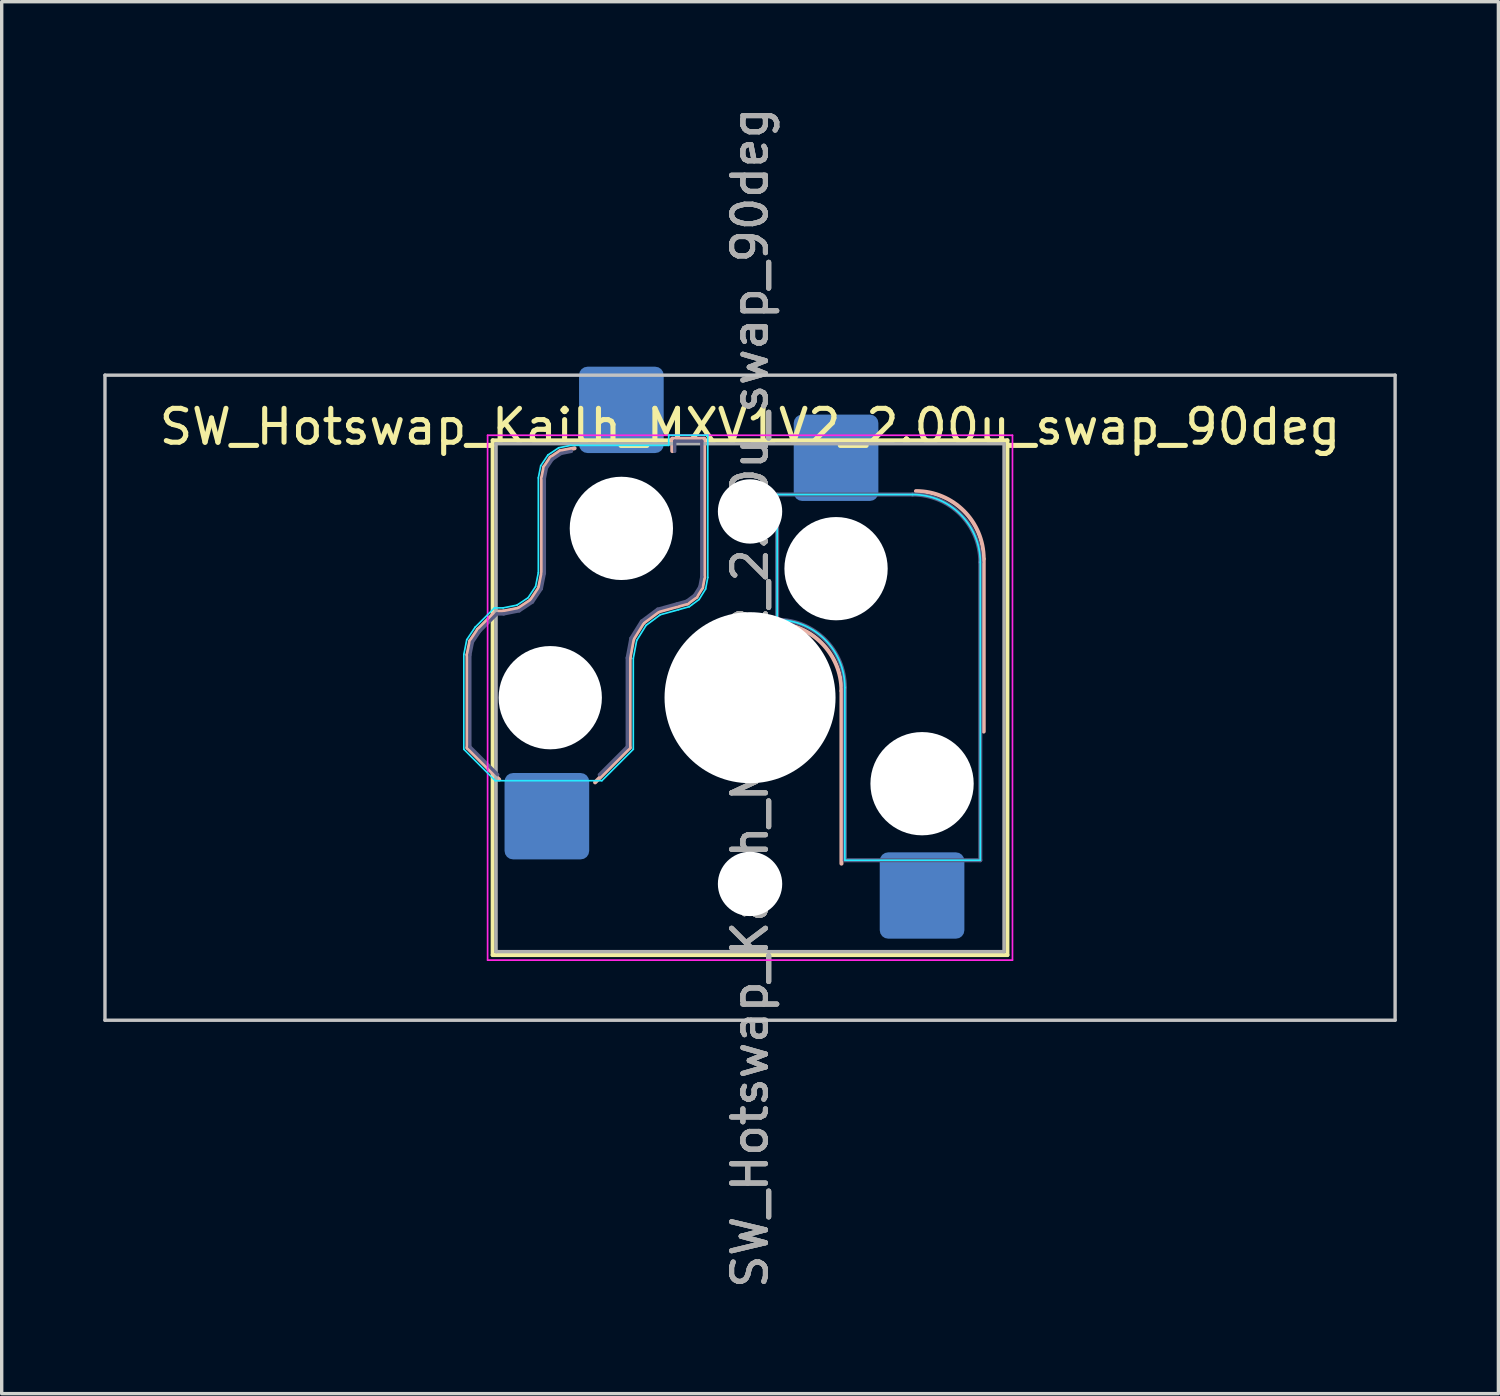
<source format=kicad_pcb>
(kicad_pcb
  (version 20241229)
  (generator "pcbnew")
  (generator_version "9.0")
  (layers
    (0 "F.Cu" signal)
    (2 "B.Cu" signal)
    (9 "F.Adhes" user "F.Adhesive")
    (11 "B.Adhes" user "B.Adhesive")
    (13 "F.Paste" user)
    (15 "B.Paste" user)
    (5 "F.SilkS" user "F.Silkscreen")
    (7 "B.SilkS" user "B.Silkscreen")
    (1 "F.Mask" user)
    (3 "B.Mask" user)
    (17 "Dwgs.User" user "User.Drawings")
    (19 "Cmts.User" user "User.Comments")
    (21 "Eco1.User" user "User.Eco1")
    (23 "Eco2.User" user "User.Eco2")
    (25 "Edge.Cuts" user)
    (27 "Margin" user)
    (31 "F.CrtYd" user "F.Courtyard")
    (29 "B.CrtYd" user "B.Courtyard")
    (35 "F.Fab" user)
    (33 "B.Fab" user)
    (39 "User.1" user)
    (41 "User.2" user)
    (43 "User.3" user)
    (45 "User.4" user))
  (footprint "SW_Hotswap_Kailh_MXV1V2_2.00u_swap_90deg"
    (layer "F.Cu")
    (at 19.1 17.554)
    (property "Reference" "SW_Hotswap_Kailh_MXV1V2_2.00u_swap_90deg" (at 0 -8 0) (layer "F.SilkS") (effects (font (size 1 1) (thickness 0.15))))
    (attr smd)
    (fp_line (start -7.6 -7.6) (end -7.6 7.6) (stroke (width 0.12) (type solid)) (layer "F.SilkS"))
    (fp_line (start -7.6 7.6) (end 7.6 7.6) (stroke (width 0.12) (type solid)) (layer "F.SilkS"))
    (fp_line (start 7.6 -7.6) (end -7.6 -7.6) (stroke (width 0.12) (type solid)) (layer "F.SilkS"))
    (fp_line (start 7.6 7.6) (end 7.6 -7.6) (stroke (width 0.12) (type solid)) (layer "F.SilkS"))
    (fp_line (start -8.346 -1.268) (end -8.266 -1.671) (stroke (width 0.12) (type solid)) (layer "B.SilkS"))
    (fp_line (start -8.346 1.479) (end -8.346 -1.268) (stroke (width 0.12) (type solid)) (layer "B.SilkS"))
    (fp_line (start -8.266 -1.671) (end -8.037 -2.013) (stroke (width 0.12) (type solid)) (layer "B.SilkS"))
    (fp_line (start -8.037 -2.013) (end -7.504 -2.546) (stroke (width 0.12) (type solid)) (layer "B.SilkS"))
    (fp_line (start -7.504 -2.546) (end -7.282 -2.546) (stroke (width 0.12) (type solid)) (layer "B.SilkS"))
    (fp_line (start -7.409 2.416) (end -8.346 1.479) (stroke (width 0.12) (type solid)) (layer "B.SilkS"))
    (fp_line (start -7.282 -2.546) (end -6.844 -2.633) (stroke (width 0.12) (type solid)) (layer "B.SilkS"))
    (fp_line (start -6.844 -2.633) (end -6.477 -2.877) (stroke (width 0.12) (type solid)) (layer "B.SilkS"))
    (fp_line (start -6.477 -2.877) (end -6.233 -3.244) (stroke (width 0.12) (type solid)) (layer "B.SilkS"))
    (fp_line (start -6.233 -3.244) (end -6.146 -3.682) (stroke (width 0.12) (type solid)) (layer "B.SilkS"))
    (fp_line (start -6.146 -6.482) (end -6.081 -6.809) (stroke (width 0.12) (type solid)) (layer "B.SilkS"))
    (fp_line (start -6.146 -3.682) (end -6.146 -6.482) (stroke (width 0.12) (type solid)) (layer "B.SilkS"))
    (fp_line (start -6.081 -6.809) (end -5.892 -7.092) (stroke (width 0.12) (type solid)) (layer "B.SilkS"))
    (fp_line (start -5.892 -7.092) (end -5.609 -7.281) (stroke (width 0.12) (type solid)) (layer "B.SilkS"))
    (fp_line (start -5.609 -7.281) (end -5.182 -7.366) (stroke (width 0.12) (type solid)) (layer "B.SilkS"))
    (fp_line (start -3.554 -1.168) (end -3.554 1.479) (stroke (width 0.12) (type solid)) (layer "B.SilkS"))
    (fp_line (start -3.554 1.479) (end -4.575 2.5) (stroke (width 0.12) (type solid)) (layer "B.SilkS"))
    (fp_line (start -3.449 -1.73) (end -3.554 -1.168) (stroke (width 0.12) (type solid)) (layer "B.SilkS"))
    (fp_line (start -3.15 -2.209) (end -3.449 -1.73) (stroke (width 0.12) (type solid)) (layer "B.SilkS"))
    (fp_line (start -2.697 -2.547) (end -3.15 -2.209) (stroke (width 0.12) (type solid)) (layer "B.SilkS"))
    (fp_line (start -2.296 -7.646) (end -1.354 -7.646) (stroke (width 0.12) (type solid)) (layer "B.SilkS"))
    (fp_line (start -2.296 -7.283) (end -2.296 -7.646) (stroke (width 0.12) (type solid)) (layer "B.SilkS"))
    (fp_line (start -2.139 -2.701) (end -2.697 -2.547) (stroke (width 0.12) (type solid)) (layer "B.SilkS"))
    (fp_line (start -1.841 -2.783) (end -2.139 -2.701) (stroke (width 0.12) (type solid)) (layer "B.SilkS"))
    (fp_line (start -1.583 -2.976) (end -1.841 -2.783) (stroke (width 0.12) (type solid)) (layer "B.SilkS"))
    (fp_line (start -1.413 -3.25) (end -1.583 -2.976) (stroke (width 0.12) (type solid)) (layer "B.SilkS"))
    (fp_line (start -1.354 -7.646) (end -1.354 -3.56) (stroke (width 0.12) (type solid)) (layer "B.SilkS"))
    (fp_line (start -1.354 -3.56) (end -1.413 -3.25) (stroke (width 0.12) (type solid)) (layer "B.SilkS"))
    (fp_line (start 2.7 -0.2) (end 2.7 4.9) (stroke (width 0.12) (type solid)) (layer "B.SilkS"))
    (fp_line (start 6.9 -4.1) (end 6.9 1) (stroke (width 0.12) (type solid)) (layer "B.SilkS"))
    (fp_arc (start 0.7 -2.2) (mid 2.114214 -1.614214) (end 2.7 -0.2) (stroke (width 0.12) (type solid)) (layer "B.SilkS"))
    (fp_arc (start 4.9 -6.1) (mid 6.314214 -5.514214) (end 6.9 -4.1) (stroke (width 0.12) (type solid)) (layer "B.SilkS"))
    (fp_line (start -19.05 -9.525) (end -19.05 9.525) (stroke (width 0.1) (type solid)) (layer "Dwgs.User"))
    (fp_line (start -19.05 9.525) (end 19.05 9.525) (stroke (width 0.1) (type solid)) (layer "Dwgs.User"))
    (fp_line (start 19.05 -9.525) (end -19.05 -9.525) (stroke (width 0.1) (type solid)) (layer "Dwgs.User"))
    (fp_line (start 19.05 9.525) (end 19.05 -9.525) (stroke (width 0.1) (type solid)) (layer "Dwgs.User"))
    (fp_line (start -8.452 -1.278) (end -8.366 -1.712) (stroke (width 0.05) (type solid)) (layer "B.CrtYd"))
    (fp_line (start -8.452 1.523) (end -8.452 -1.278) (stroke (width 0.05) (type solid)) (layer "B.CrtYd"))
    (fp_line (start -8.366 -1.712) (end -8.119 -2.081) (stroke (width 0.05) (type solid)) (layer "B.CrtYd"))
    (fp_line (start -8.119 -2.081) (end -7.548 -2.652) (stroke (width 0.05) (type solid)) (layer "B.CrtYd"))
    (fp_line (start -7.548 -2.652) (end -7.292 -2.652) (stroke (width 0.05) (type solid)) (layer "B.CrtYd"))
    (fp_line (start -7.523 2.452) (end -8.452 1.523) (stroke (width 0.05) (type solid)) (layer "B.CrtYd"))
    (fp_line (start -7.292 -2.652) (end -6.885 -2.733) (stroke (width 0.05) (type solid)) (layer "B.CrtYd"))
    (fp_line (start -6.885 -2.733) (end -6.553 -2.953) (stroke (width 0.05) (type solid)) (layer "B.CrtYd"))
    (fp_line (start -6.553 -2.953) (end -6.333 -3.285) (stroke (width 0.05) (type solid)) (layer "B.CrtYd"))
    (fp_line (start -6.333 -3.285) (end -6.252 -3.692) (stroke (width 0.05) (type solid)) (layer "B.CrtYd"))
    (fp_line (start -6.252 -6.492) (end -6.181 -6.85) (stroke (width 0.05) (type solid)) (layer "B.CrtYd"))
    (fp_line (start -6.252 -3.692) (end -6.252 -6.492) (stroke (width 0.05) (type solid)) (layer "B.CrtYd"))
    (fp_line (start -6.181 -6.85) (end -5.968 -7.168) (stroke (width 0.05) (type solid)) (layer "B.CrtYd"))
    (fp_line (start -5.968 -7.168) (end -5.65 -7.381) (stroke (width 0.05) (type solid)) (layer "B.CrtYd"))
    (fp_line (start -5.65 -7.381) (end -5.292 -7.452) (stroke (width 0.05) (type solid)) (layer "B.CrtYd"))
    (fp_line (start -5.292 -7.452) (end -2.402 -7.452) (stroke (width 0.05) (type solid)) (layer "B.CrtYd"))
    (fp_line (start -4.377 2.452) (end -7.523 2.452) (stroke (width 0.05) (type solid)) (layer "B.CrtYd"))
    (fp_line (start -3.448 -1.159) (end -3.448 1.523) (stroke (width 0.05) (type solid)) (layer "B.CrtYd"))
    (fp_line (start -3.448 1.523) (end -4.377 2.452) (stroke (width 0.05) (type solid)) (layer "B.CrtYd"))
    (fp_line (start -3.348 -1.691) (end -3.448 -1.159) (stroke (width 0.05) (type solid)) (layer "B.CrtYd"))
    (fp_line (start -3.071 -2.136) (end -3.348 -1.691) (stroke (width 0.05) (type solid)) (layer "B.CrtYd"))
    (fp_line (start -2.65 -2.45) (end -3.071 -2.136) (stroke (width 0.05) (type solid)) (layer "B.CrtYd"))
    (fp_line (start -2.402 -7.752) (end -1.248 -7.752) (stroke (width 0.05) (type solid)) (layer "B.CrtYd"))
    (fp_line (start -2.402 -7.452) (end -2.402 -7.752) (stroke (width 0.05) (type solid)) (layer "B.CrtYd"))
    (fp_line (start -2.111 -2.599) (end -2.65 -2.45) (stroke (width 0.05) (type solid)) (layer "B.CrtYd"))
    (fp_line (start -1.794 -2.687) (end -2.111 -2.599) (stroke (width 0.05) (type solid)) (layer "B.CrtYd"))
    (fp_line (start -1.503 -2.903) (end -1.794 -2.687) (stroke (width 0.05) (type solid)) (layer "B.CrtYd"))
    (fp_line (start -1.312 -3.211) (end -1.503 -2.903) (stroke (width 0.05) (type solid)) (layer "B.CrtYd"))
    (fp_line (start -1.248 -7.752) (end -1.248 -3.55) (stroke (width 0.05) (type solid)) (layer "B.CrtYd"))
    (fp_line (start -1.248 -3.55) (end -1.312 -3.211) (stroke (width 0.05) (type solid)) (layer "B.CrtYd"))
    (fp_line (start 0.8 -6) (end 0.8 -2.3) (stroke (width 0.05) (type solid)) (layer "B.CrtYd"))
    (fp_line (start 0.8 -6) (end 4.8 -6) (stroke (width 0.05) (type solid)) (layer "B.CrtYd"))
    (fp_line (start 2.8 -0.3) (end 2.8 4.8) (stroke (width 0.05) (type solid)) (layer "B.CrtYd"))
    (fp_line (start 6.8 -4) (end 6.8 4.8) (stroke (width 0.05) (type solid)) (layer "B.CrtYd"))
    (fp_line (start 6.8 4.8) (end 2.8 4.8) (stroke (width 0.05) (type solid)) (layer "B.CrtYd"))
    (fp_arc (start 0.8 -2.3) (mid 2.214214 -1.714214) (end 2.8 -0.3) (stroke (width 0.05) (type solid)) (layer "B.CrtYd"))
    (fp_arc (start 4.8 -6) (mid 6.214214 -5.414214) (end 6.8 -4) (stroke (width 0.05) (type solid)) (layer "B.CrtYd"))
    (fp_line (start -7.75 -7.75) (end -7.75 7.75) (stroke (width 0.05) (type solid)) (layer "F.CrtYd"))
    (fp_line (start -7.75 7.75) (end 7.75 7.75) (stroke (width 0.05) (type solid)) (layer "F.CrtYd"))
    (fp_line (start 7.75 -7.75) (end -7.75 -7.75) (stroke (width 0.05) (type solid)) (layer "F.CrtYd"))
    (fp_line (start 7.75 7.75) (end 7.75 -7.75) (stroke (width 0.05) (type solid)) (layer "F.CrtYd"))
    (fp_line (start -8.275 -1.261) (end -8.199 -1.643) (stroke (width 0.1) (type solid)) (layer "B.Fab"))
    (fp_line (start -8.275 1.45) (end -8.275 -1.261) (stroke (width 0.1) (type solid)) (layer "B.Fab"))
    (fp_line (start -8.199 -1.643) (end -7.982 -1.968) (stroke (width 0.1) (type solid)) (layer "B.Fab"))
    (fp_line (start -7.982 -1.968) (end -7.475 -2.475) (stroke (width 0.1) (type solid)) (layer "B.Fab"))
    (fp_line (start -7.475 -2.475) (end -7.275 -2.475) (stroke (width 0.1) (type solid)) (layer "B.Fab"))
    (fp_line (start -7.45 2.275) (end -8.275 1.45) (stroke (width 0.1) (type solid)) (layer "B.Fab"))
    (fp_line (start -7.275 -2.475) (end -6.816 -2.566) (stroke (width 0.1) (type solid)) (layer "B.Fab"))
    (fp_line (start -6.816 -2.566) (end -6.426 -2.826) (stroke (width 0.1) (type solid)) (layer "B.Fab"))
    (fp_line (start -6.426 -2.826) (end -6.166 -3.216) (stroke (width 0.1) (type solid)) (layer "B.Fab"))
    (fp_line (start -6.166 -3.216) (end -6.075 -3.675) (stroke (width 0.1) (type solid)) (layer "B.Fab"))
    (fp_line (start -6.075 -6.475) (end -6.014 -6.781) (stroke (width 0.1) (type solid)) (layer "B.Fab"))
    (fp_line (start -6.075 -3.675) (end -6.075 -6.475) (stroke (width 0.1) (type solid)) (layer "B.Fab"))
    (fp_line (start -6.014 -6.781) (end -5.841 -7.041) (stroke (width 0.1) (type solid)) (layer "B.Fab"))
    (fp_line (start -5.841 -7.041) (end -5.581 -7.214) (stroke (width 0.1) (type solid)) (layer "B.Fab"))
    (fp_line (start -5.581 -7.214) (end -5.275 -7.275) (stroke (width 0.1) (type solid)) (layer "B.Fab"))
    (fp_line (start -3.625 -1.175) (end -3.625 1.45) (stroke (width 0.1) (type solid)) (layer "B.Fab"))
    (fp_line (start -3.625 1.45) (end -4.45 2.275) (stroke (width 0.1) (type solid)) (layer "B.Fab"))
    (fp_line (start -3.516 -1.756) (end -3.625 -1.175) (stroke (width 0.1) (type solid)) (layer "B.Fab"))
    (fp_line (start -3.203 -2.258) (end -3.516 -1.756) (stroke (width 0.1) (type solid)) (layer "B.Fab"))
    (fp_line (start -2.729 -2.612) (end -3.203 -2.258) (stroke (width 0.1) (type solid)) (layer "B.Fab"))
    (fp_line (start -2.225 -7.575) (end -1.425 -7.575) (stroke (width 0.1) (type solid)) (layer "B.Fab"))
    (fp_line (start -2.225 -7.275) (end -2.225 -7.575) (stroke (width 0.1) (type solid)) (layer "B.Fab"))
    (fp_line (start -2.158 -2.769) (end -2.729 -2.612) (stroke (width 0.1) (type solid)) (layer "B.Fab"))
    (fp_line (start -1.873 -2.848) (end -2.158 -2.769) (stroke (width 0.1) (type solid)) (layer "B.Fab"))
    (fp_line (start -1.636 -3.025) (end -1.873 -2.848) (stroke (width 0.1) (type solid)) (layer "B.Fab"))
    (fp_line (start -1.48 -3.276) (end -1.636 -3.025) (stroke (width 0.1) (type solid)) (layer "B.Fab"))
    (fp_line (start -1.425 -7.575) (end -1.425 -3.567) (stroke (width 0.1) (type solid)) (layer "B.Fab"))
    (fp_line (start -1.425 -3.567) (end -1.48 -3.276) (stroke (width 0.1) (type solid)) (layer "B.Fab"))
    (fp_line (start 0.8 -6) (end 0.8 -2.3) (stroke (width 0.12) (type solid)) (layer "B.Fab"))
    (fp_line (start 0.8 -6) (end 4.8 -6) (stroke (width 0.12) (type solid)) (layer "B.Fab"))
    (fp_line (start 2.8 -0.3) (end 2.8 4.8) (stroke (width 0.12) (type solid)) (layer "B.Fab"))
    (fp_line (start 6.8 -4) (end 6.8 4.8) (stroke (width 0.12) (type solid)) (layer "B.Fab"))
    (fp_line (start 6.8 4.8) (end 2.8 4.8) (stroke (width 0.12) (type solid)) (layer "B.Fab"))
    (fp_arc (start 0.8 -2.3) (mid 2.214214 -1.714214) (end 2.8 -0.3) (stroke (width 0.12) (type solid)) (layer "B.Fab"))
    (fp_arc (start 4.8 -6) (mid 6.214214 -5.414214) (end 6.8 -4) (stroke (width 0.12) (type solid)) (layer "B.Fab"))
    (fp_line (start -7.5 -7.5) (end -7.5 7.5) (stroke (width 0.1) (type solid)) (layer "F.Fab"))
    (fp_line (start -7.5 7.5) (end 7.5 7.5) (stroke (width 0.1) (type solid)) (layer "F.Fab"))
    (fp_line (start 7.5 -7.5) (end -7.5 -7.5) (stroke (width 0.1) (type solid)) (layer "F.Fab"))
    (fp_line (start 7.5 7.5) (end 7.5 -7.5) (stroke (width 0.1) (type solid)) (layer "F.Fab"))
    (fp_text user "${REFERENCE}" (at 0 0 90) (layer "F.Fab") (effects (font (size 1 1) (thickness 0.15))))
    (fp_text user "${REFERENCE}" (at 0 0 90) (layer "F.Fab") (effects (font (size 1 1) (thickness 0.15))))
    (fp_text user "${REFERENCE}" (at 0 0 270) (layer "F.Fab") (effects (font (size 1 1) (thickness 0.15))))
    (pad "" np_thru_hole circle (at -5.9 0 90) (size 3.05 3.05) (drill 3.05) (layers "*.Cu" "*.Mask"))
    (pad "" np_thru_hole circle (at -3.8 -5 90) (size 3.05 3.05) (drill 3.05) (layers "*.Cu" "*.Mask"))
    (pad "" np_thru_hole circle (at 0 -5.5 90) (size 1.9 1.9) (drill 1.9) (layers "*.Cu" "*.Mask"))
    (pad "" np_thru_hole circle (at 0 0 90) (size 5.05 5.05) (drill 5.05) (layers "*.Cu" "*.Mask"))
    (pad "" np_thru_hole circle (at 0 5.5 90) (size 1.9 1.9) (drill 1.9) (layers "*.Cu" "*.Mask"))
    (pad "" np_thru_hole circle (at 2.54 -3.81 270) (size 3.05 3.05) (drill 3.05) (layers "*.Cu" "*.Mask"))
    (pad "" np_thru_hole circle (at 5.08 2.54 270) (size 3.05 3.05) (drill 3.05) (layers "*.Cu" "*.Mask"))
    (pad "1" smd roundrect (at -3.8 -8.5 90) (size 2.55 2.5) (layers "B.Cu" "B.Mask" "B.Paste") (roundrect_rratio 0.1))
    (pad "1" smd roundrect (at 2.54 -7.085 270) (size 2.55 2.5) (layers "B.Cu" "B.Mask" "B.Paste") (roundrect_rratio 0.1))
    (pad "2" smd roundrect (at -6 3.5 90) (size 2.55 2.5) (layers "B.Cu" "B.Mask" "B.Paste") (roundrect_rratio 0.1))
    (pad "2" smd roundrect (at 5.08 5.842 270) (size 2.55 2.5) (layers "B.Cu" "B.Mask" "B.Paste") (roundrect_rratio 0.1)))
  (gr_rect
    (start -3 -3)
    (end 41.2 38.107)
    (stroke (width 0.1) (type default))
    (fill no)
    (layer "Edge.Cuts")))
</source>
